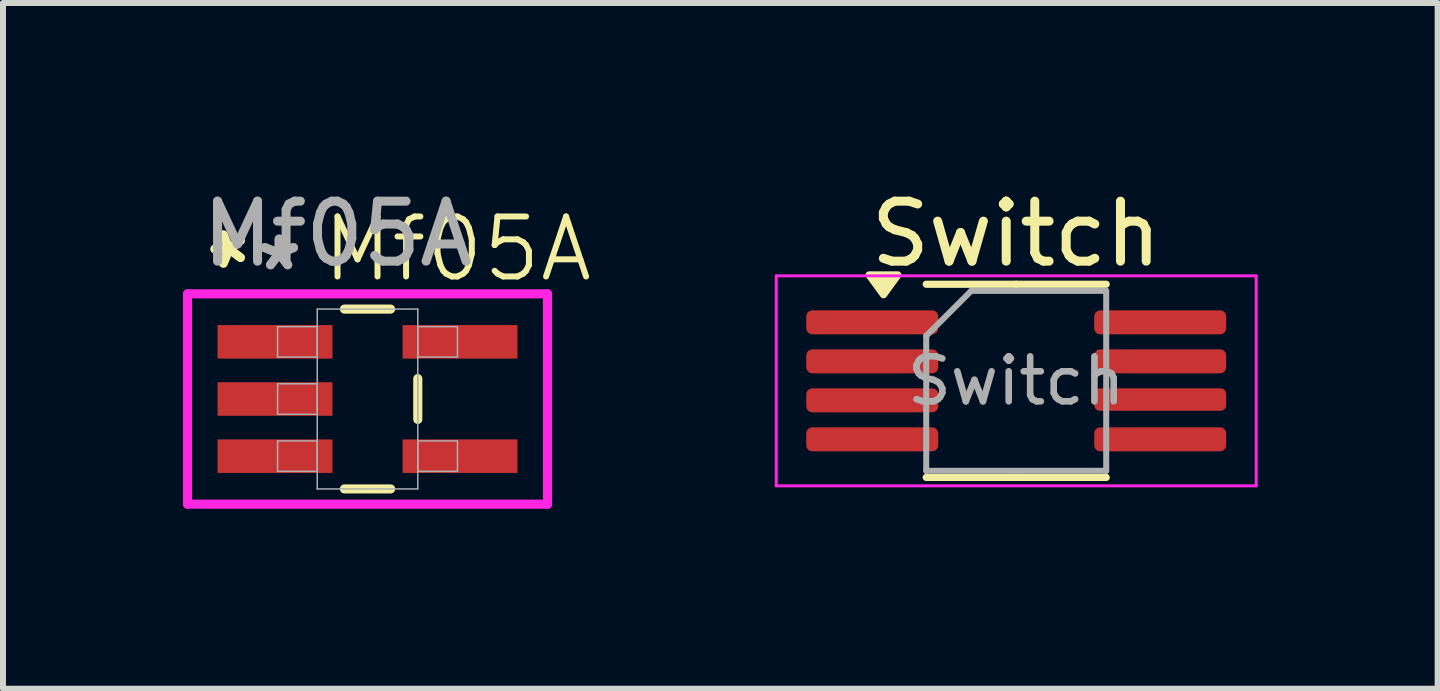
<source format=kicad_pcb>
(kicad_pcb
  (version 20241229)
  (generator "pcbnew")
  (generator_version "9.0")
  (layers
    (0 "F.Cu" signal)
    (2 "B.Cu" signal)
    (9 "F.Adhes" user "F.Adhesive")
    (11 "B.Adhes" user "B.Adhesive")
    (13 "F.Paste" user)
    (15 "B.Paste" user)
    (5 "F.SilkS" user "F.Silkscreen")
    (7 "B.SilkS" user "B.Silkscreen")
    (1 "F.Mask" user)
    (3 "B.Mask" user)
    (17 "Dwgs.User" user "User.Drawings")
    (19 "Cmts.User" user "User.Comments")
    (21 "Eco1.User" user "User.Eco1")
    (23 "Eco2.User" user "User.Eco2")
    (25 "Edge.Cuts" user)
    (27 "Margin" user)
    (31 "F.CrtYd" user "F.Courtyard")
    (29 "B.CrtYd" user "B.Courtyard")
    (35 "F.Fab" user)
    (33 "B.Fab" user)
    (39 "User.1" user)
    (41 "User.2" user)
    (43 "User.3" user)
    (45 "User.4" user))
  (footprint "Switch"
    (layer "F.Cu")
    (at 13.889 3.298)
    (property "Reference" "Switch" (at 0 -2.45 0) (layer "F.SilkS") (effects (font (size 1 1) (thickness 0.15))))
    (attr smd)
    (fp_line (start 0 -1.61) (end -1.5 -1.61) (stroke (width 0.12) (type solid)) (layer "F.SilkS"))
    (fp_line (start 0 -1.61) (end 1.5 -1.61) (stroke (width 0.12) (type solid)) (layer "F.SilkS"))
    (fp_line (start 0 1.61) (end -1.5 1.61) (stroke (width 0.12) (type solid)) (layer "F.SilkS"))
    (fp_line (start 0 1.61) (end 1.5 1.61) (stroke (width 0.12) (type solid)) (layer "F.SilkS"))
    (fp_poly (pts (xy -2.212 -1.435) (xy -2.453 -1.765) (xy -1.972 -1.765) (xy -2.212 -1.435)) (stroke (width 0.12) (type solid)) (fill yes) (layer "F.SilkS"))
    (fp_line (start -4 -1.75) (end -4 1.75) (stroke (width 0.05) (type solid)) (layer "F.CrtYd"))
    (fp_line (start -4 1.75) (end 4 1.75) (stroke (width 0.05) (type solid)) (layer "F.CrtYd"))
    (fp_line (start 4 -1.75) (end -4 -1.75) (stroke (width 0.05) (type solid)) (layer "F.CrtYd"))
    (fp_line (start 4 1.75) (end 4 -1.75) (stroke (width 0.05) (type solid)) (layer "F.CrtYd"))
    (fp_line (start -1.5 -0.75) (end -0.75 -1.5) (stroke (width 0.1) (type solid)) (layer "F.Fab"))
    (fp_line (start -1.5 1.5) (end -1.5 -0.75) (stroke (width 0.1) (type solid)) (layer "F.Fab"))
    (fp_line (start -0.75 -1.5) (end 1.5 -1.5) (stroke (width 0.1) (type solid)) (layer "F.Fab"))
    (fp_line (start 1.5 -1.5) (end 1.5 1.5) (stroke (width 0.1) (type solid)) (layer "F.Fab"))
    (fp_line (start 1.5 1.5) (end -1.5 1.5) (stroke (width 0.1) (type solid)) (layer "F.Fab"))
    (fp_text user "${REFERENCE}" (at 0 0 0) (layer "F.Fab") (effects (font (size 0.75 0.75) (thickness 0.11))))
    (pad "1" smd roundrect (at -2.4 -0.975) (size 2.2 0.4) (layers "F.Cu" "F.Mask" "F.Paste") (roundrect_rratio 0.25))
    (pad "2" smd roundrect (at -2.4 -0.325) (size 2.2 0.4) (layers "F.Cu" "F.Mask" "F.Paste") (roundrect_rratio 0.25))
    (pad "3" smd roundrect (at -2.4 0.325) (size 2.2 0.4) (layers "F.Cu" "F.Mask" "F.Paste") (roundrect_rratio 0.25))
    (pad "4" smd roundrect (at -2.4 0.975) (size 2.2 0.4) (layers "F.Cu" "F.Mask" "F.Paste") (roundrect_rratio 0.25))
    (pad "5" smd roundrect (at 2.4 0.975) (size 2.2 0.4) (layers "F.Cu" "F.Mask" "F.Paste") (roundrect_rratio 0.25))
    (pad "6" smd roundrect (at 2.4 0.312) (size 2.2 0.375) (layers "F.Cu" "F.Mask" "F.Paste") (roundrect_rratio 0.25))
    (pad "7" smd roundrect (at 2.4 -0.325) (size 2.2 0.4) (layers "F.Cu" "F.Mask" "F.Paste") (roundrect_rratio 0.25))
    (pad "8" smd roundrect (at 2.4 -0.975) (size 2.2 0.4) (layers "F.Cu" "F.Mask" "F.Paste") (roundrect_rratio 0.25)))
  (footprint "Mf05A"
    (layer "F.Cu")
    (at 3.076 3.601)
    (property "Reference" "Mf05A" (at 1.5 -2.5 0) (unlocked yes) (layer "F.SilkS") (effects (font (size 1 1) (thickness 0.1))))
    (attr smd)
    (fp_line (start -0.385 1.499) (end 0.385 1.499) (stroke (width 0.152) (type solid)) (layer "F.SilkS"))
    (fp_line (start 0.385 -1.499) (end -0.385 -1.499) (stroke (width 0.152) (type solid)) (layer "F.SilkS"))
    (fp_line (start 0.838 0.34) (end 0.838 -0.34) (stroke (width 0.152) (type solid)) (layer "F.SilkS"))
    (fp_line (start -3 -1.753) (end 3 -1.753) (stroke (width 0.152) (type solid)) (layer "F.CrtYd"))
    (fp_line (start -3 1.753) (end -3 -1.753) (stroke (width 0.152) (type solid)) (layer "F.CrtYd"))
    (fp_line (start 3 -1.753) (end 3 1.753) (stroke (width 0.152) (type solid)) (layer "F.CrtYd"))
    (fp_line (start 3 1.753) (end -3 1.753) (stroke (width 0.152) (type solid)) (layer "F.CrtYd"))
    (fp_line (start -1.499 -1.206) (end -1.499 -0.699) (stroke (width 0.025) (type solid)) (layer "F.Fab"))
    (fp_line (start -1.499 -0.699) (end -0.838 -0.699) (stroke (width 0.025) (type solid)) (layer "F.Fab"))
    (fp_line (start -1.499 -0.254) (end -1.499 0.254) (stroke (width 0.025) (type solid)) (layer "F.Fab"))
    (fp_line (start -1.499 0.254) (end -0.838 0.254) (stroke (width 0.025) (type solid)) (layer "F.Fab"))
    (fp_line (start -1.499 0.699) (end -1.499 1.206) (stroke (width 0.025) (type solid)) (layer "F.Fab"))
    (fp_line (start -1.499 1.206) (end -0.838 1.206) (stroke (width 0.025) (type solid)) (layer "F.Fab"))
    (fp_line (start -0.838 -1.499) (end -0.838 1.499) (stroke (width 0.025) (type solid)) (layer "F.Fab"))
    (fp_line (start -0.838 -1.206) (end -1.499 -1.206) (stroke (width 0.025) (type solid)) (layer "F.Fab"))
    (fp_line (start -0.838 -0.699) (end -0.838 -1.206) (stroke (width 0.025) (type solid)) (layer "F.Fab"))
    (fp_line (start -0.838 -0.254) (end -1.499 -0.254) (stroke (width 0.025) (type solid)) (layer "F.Fab"))
    (fp_line (start -0.838 0.254) (end -0.838 -0.254) (stroke (width 0.025) (type solid)) (layer "F.Fab"))
    (fp_line (start -0.838 0.699) (end -1.499 0.699) (stroke (width 0.025) (type solid)) (layer "F.Fab"))
    (fp_line (start -0.838 1.206) (end -0.838 0.699) (stroke (width 0.025) (type solid)) (layer "F.Fab"))
    (fp_line (start -0.838 1.499) (end 0.838 1.499) (stroke (width 0.025) (type solid)) (layer "F.Fab"))
    (fp_line (start 0.838 -1.499) (end -0.838 -1.499) (stroke (width 0.025) (type solid)) (layer "F.Fab"))
    (fp_line (start 0.838 -1.206) (end 0.838 -0.699) (stroke (width 0.025) (type solid)) (layer "F.Fab"))
    (fp_line (start 0.838 -0.699) (end 1.499 -0.699) (stroke (width 0.025) (type solid)) (layer "F.Fab"))
    (fp_line (start 0.838 0.699) (end 0.838 1.206) (stroke (width 0.025) (type solid)) (layer "F.Fab"))
    (fp_line (start 0.838 1.206) (end 1.499 1.206) (stroke (width 0.025) (type solid)) (layer "F.Fab"))
    (fp_line (start 0.838 1.499) (end 0.838 -1.499) (stroke (width 0.025) (type solid)) (layer "F.Fab"))
    (fp_line (start 1.499 -1.206) (end 0.838 -1.206) (stroke (width 0.025) (type solid)) (layer "F.Fab"))
    (fp_line (start 1.499 -0.699) (end 1.499 -1.206) (stroke (width 0.025) (type solid)) (layer "F.Fab"))
    (fp_line (start 1.499 0.699) (end 0.838 0.699) (stroke (width 0.025) (type solid)) (layer "F.Fab"))
    (fp_line (start 1.499 1.206) (end 1.499 0.699) (stroke (width 0.025) (type solid)) (layer "F.Fab"))
    (fp_text user "*" (at -2 -2.5 90) (layer "F.SilkS") (effects (font (size 1 1) (thickness 0.15))))
    (fp_text user "*" (at -1.473 -2.121 0) (unlocked yes) (layer "F.Fab") (effects (font (size 1 1) (thickness 0.15))))
    (fp_text user "*" (at -1.473 -2.121 0) (layer "F.Fab") (effects (font (size 1 1) (thickness 0.15))))
    (fp_text user "${REFERENCE}" (at -0.5 -2.753 0) (unlocked yes) (layer "F.Fab") (effects (font (size 1 1) (thickness 0.15))))
    (pad "1" smd rect (at -1.542 -0.953) (size 1.916 0.559) (layers "F.Cu" "F.Mask" "F.Paste"))
    (pad "2" smd rect (at -1.542 0) (size 1.916 0.559) (layers "F.Cu" "F.Mask" "F.Paste"))
    (pad "3" smd rect (at -1.542 0.953) (size 1.916 0.559) (layers "F.Cu" "F.Mask" "F.Paste"))
    (pad "4" smd rect (at 1.542 0.953) (size 1.916 0.559) (layers "F.Cu" "F.Mask" "F.Paste"))
    (pad "5" smd rect (at 1.542 -0.953) (size 1.916 0.559) (layers "F.Cu" "F.Mask" "F.Paste")))
  (gr_rect
    (start -3 -3)
    (end 20.914 8.43)
    (stroke (width 0.1) (type default))
    (fill no)
    (layer "Edge.Cuts")))
</source>
